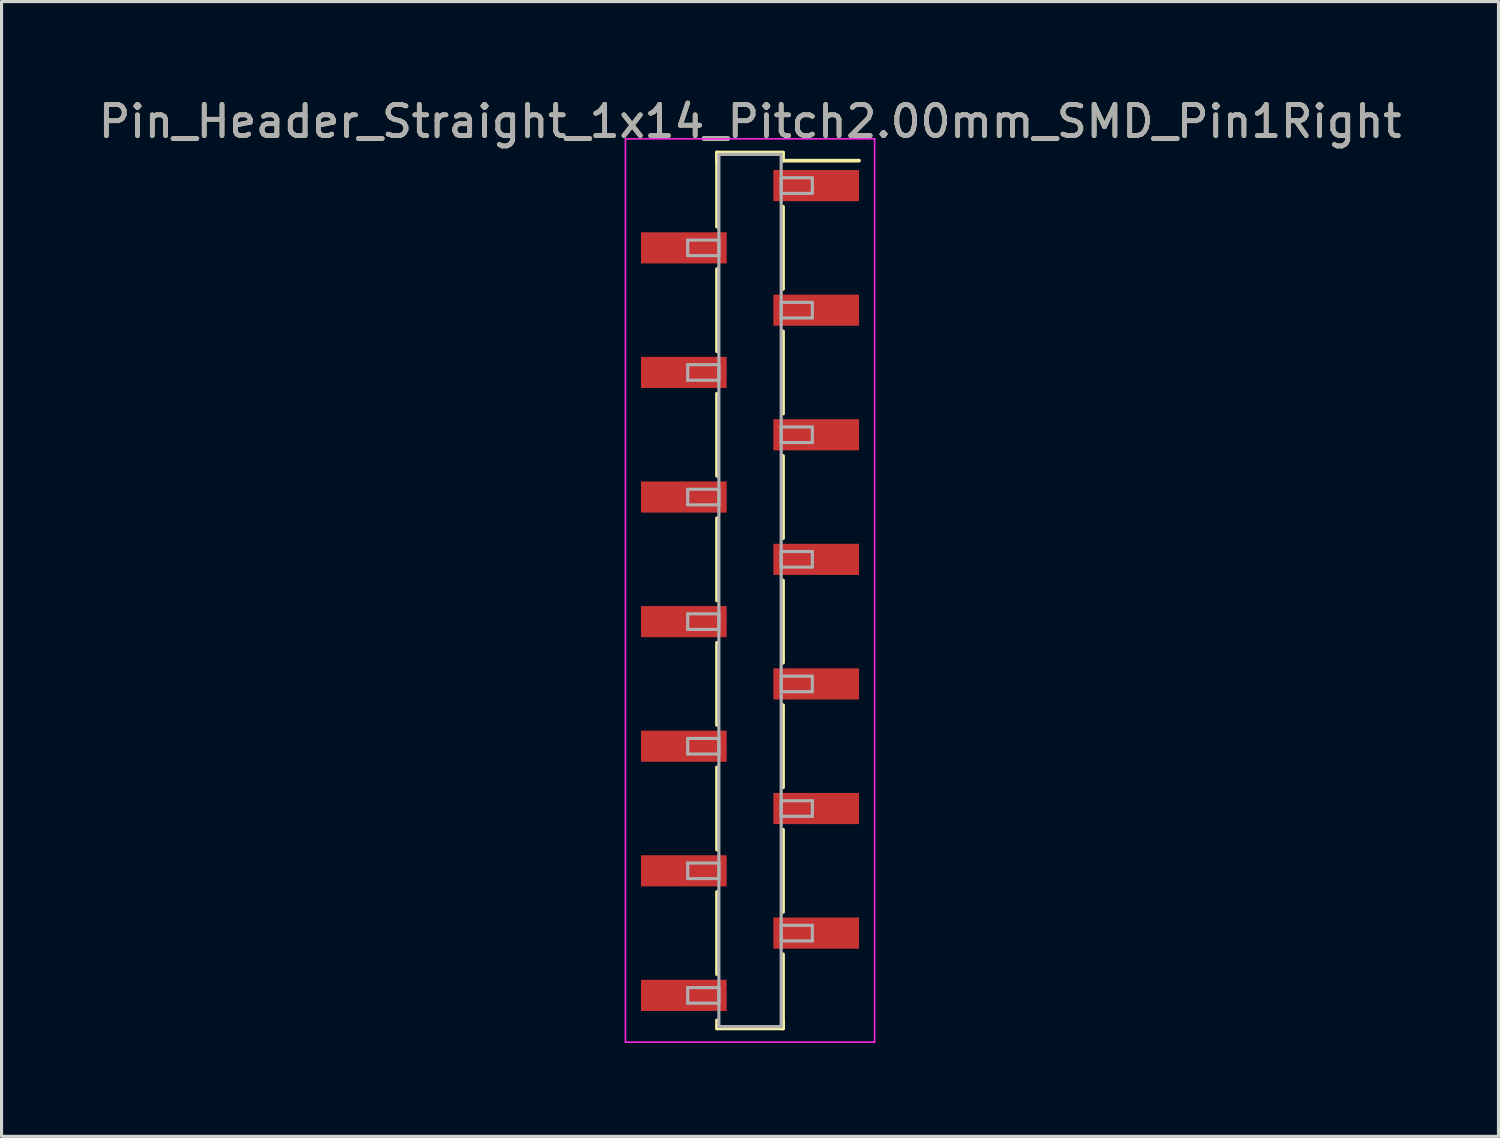
<source format=kicad_pcb>
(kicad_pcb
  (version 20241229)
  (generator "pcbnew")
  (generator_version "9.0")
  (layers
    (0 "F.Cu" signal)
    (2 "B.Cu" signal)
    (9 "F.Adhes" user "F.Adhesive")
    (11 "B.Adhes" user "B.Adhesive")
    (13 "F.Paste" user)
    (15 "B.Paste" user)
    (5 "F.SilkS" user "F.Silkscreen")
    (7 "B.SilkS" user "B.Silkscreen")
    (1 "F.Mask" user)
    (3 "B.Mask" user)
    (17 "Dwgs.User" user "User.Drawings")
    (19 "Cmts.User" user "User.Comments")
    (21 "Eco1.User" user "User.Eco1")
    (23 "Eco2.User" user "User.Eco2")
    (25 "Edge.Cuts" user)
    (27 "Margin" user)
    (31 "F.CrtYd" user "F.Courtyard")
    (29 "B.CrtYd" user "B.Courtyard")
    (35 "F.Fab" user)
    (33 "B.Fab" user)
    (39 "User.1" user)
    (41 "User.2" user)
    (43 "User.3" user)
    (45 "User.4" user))
  (footprint "Pin_Header_Straight_1x14_Pitch2.00mm_SMD_Pin1Right"
    (layer "F.Cu")
    (at 21.03 15.908)
    (property "Reference" "Pin_Header_Straight_1x14_Pitch2.00mm_SMD_Pin1Right" (at 0 -15.06 0) (layer "F.SilkS") (effects (font (size 1 1) (thickness 0.15))))
    (attr smd)
    (fp_line (start -1.06 -14.06) (end -1.06 -11.68) (stroke (width 0.12) (type solid)) (layer "F.SilkS"))
    (fp_line (start -1.06 -14.06) (end 1.06 -14.06) (stroke (width 0.12) (type solid)) (layer "F.SilkS"))
    (fp_line (start -1.06 -13.8) (end -1.06 -14.06) (stroke (width 0.12) (type solid)) (layer "F.SilkS"))
    (fp_line (start -1.06 -10.32) (end -1.06 -7.68) (stroke (width 0.12) (type solid)) (layer "F.SilkS"))
    (fp_line (start -1.06 -6.32) (end -1.06 -3.68) (stroke (width 0.12) (type solid)) (layer "F.SilkS"))
    (fp_line (start -1.06 -2.32) (end -1.06 0.32) (stroke (width 0.12) (type solid)) (layer "F.SilkS"))
    (fp_line (start -1.06 1.68) (end -1.06 4.32) (stroke (width 0.12) (type solid)) (layer "F.SilkS"))
    (fp_line (start -1.06 5.68) (end -1.06 8.32) (stroke (width 0.12) (type solid)) (layer "F.SilkS"))
    (fp_line (start -1.06 9.68) (end -1.06 12.32) (stroke (width 0.12) (type solid)) (layer "F.SilkS"))
    (fp_line (start -1.06 13.8) (end -1.06 14.06) (stroke (width 0.12) (type solid)) (layer "F.SilkS"))
    (fp_line (start -1.06 14.06) (end 1.06 14.06) (stroke (width 0.12) (type solid)) (layer "F.SilkS"))
    (fp_line (start 1.06 -14.06) (end 1.06 -13.8) (stroke (width 0.12) (type solid)) (layer "F.SilkS"))
    (fp_line (start 1.06 -13.8) (end 3.5 -13.8) (stroke (width 0.12) (type solid)) (layer "F.SilkS"))
    (fp_line (start 1.06 -12.32) (end 1.06 -9.68) (stroke (width 0.12) (type solid)) (layer "F.SilkS"))
    (fp_line (start 1.06 -8.32) (end 1.06 -5.68) (stroke (width 0.12) (type solid)) (layer "F.SilkS"))
    (fp_line (start 1.06 -4.32) (end 1.06 -1.68) (stroke (width 0.12) (type solid)) (layer "F.SilkS"))
    (fp_line (start 1.06 -0.32) (end 1.06 2.32) (stroke (width 0.12) (type solid)) (layer "F.SilkS"))
    (fp_line (start 1.06 3.68) (end 1.06 6.32) (stroke (width 0.12) (type solid)) (layer "F.SilkS"))
    (fp_line (start 1.06 7.68) (end 1.06 10.32) (stroke (width 0.12) (type solid)) (layer "F.SilkS"))
    (fp_line (start 1.06 11.68) (end 1.06 14.06) (stroke (width 0.12) (type solid)) (layer "F.SilkS"))
    (fp_line (start 1.06 14.06) (end 1.06 13.8) (stroke (width 0.12) (type solid)) (layer "F.SilkS"))
    (fp_line (start -4 -14.5) (end -4 14.5) (stroke (width 0.05) (type solid)) (layer "F.CrtYd"))
    (fp_line (start -4 14.5) (end 4 14.5) (stroke (width 0.05) (type solid)) (layer "F.CrtYd"))
    (fp_line (start 4 -14.5) (end -4 -14.5) (stroke (width 0.05) (type solid)) (layer "F.CrtYd"))
    (fp_line (start 4 14.5) (end 4 -14.5) (stroke (width 0.05) (type solid)) (layer "F.CrtYd"))
    (fp_line (start -2 -11.25) (end -1 -11.25) (stroke (width 0.1) (type solid)) (layer "F.Fab"))
    (fp_line (start -2 -10.75) (end -2 -11.25) (stroke (width 0.1) (type solid)) (layer "F.Fab"))
    (fp_line (start -2 -7.25) (end -1 -7.25) (stroke (width 0.1) (type solid)) (layer "F.Fab"))
    (fp_line (start -2 -6.75) (end -2 -7.25) (stroke (width 0.1) (type solid)) (layer "F.Fab"))
    (fp_line (start -2 -3.25) (end -1 -3.25) (stroke (width 0.1) (type solid)) (layer "F.Fab"))
    (fp_line (start -2 -2.75) (end -2 -3.25) (stroke (width 0.1) (type solid)) (layer "F.Fab"))
    (fp_line (start -2 0.75) (end -1 0.75) (stroke (width 0.1) (type solid)) (layer "F.Fab"))
    (fp_line (start -2 1.25) (end -2 0.75) (stroke (width 0.1) (type solid)) (layer "F.Fab"))
    (fp_line (start -2 4.75) (end -1 4.75) (stroke (width 0.1) (type solid)) (layer "F.Fab"))
    (fp_line (start -2 5.25) (end -2 4.75) (stroke (width 0.1) (type solid)) (layer "F.Fab"))
    (fp_line (start -2 8.75) (end -1 8.75) (stroke (width 0.1) (type solid)) (layer "F.Fab"))
    (fp_line (start -2 9.25) (end -2 8.75) (stroke (width 0.1) (type solid)) (layer "F.Fab"))
    (fp_line (start -2 12.75) (end -1 12.75) (stroke (width 0.1) (type solid)) (layer "F.Fab"))
    (fp_line (start -2 13.25) (end -2 12.75) (stroke (width 0.1) (type solid)) (layer "F.Fab"))
    (fp_line (start -1 -14) (end -1 14) (stroke (width 0.1) (type solid)) (layer "F.Fab"))
    (fp_line (start -1 -11.25) (end -1 -10.75) (stroke (width 0.1) (type solid)) (layer "F.Fab"))
    (fp_line (start -1 -10.75) (end -2 -10.75) (stroke (width 0.1) (type solid)) (layer "F.Fab"))
    (fp_line (start -1 -7.25) (end -1 -6.75) (stroke (width 0.1) (type solid)) (layer "F.Fab"))
    (fp_line (start -1 -6.75) (end -2 -6.75) (stroke (width 0.1) (type solid)) (layer "F.Fab"))
    (fp_line (start -1 -3.25) (end -1 -2.75) (stroke (width 0.1) (type solid)) (layer "F.Fab"))
    (fp_line (start -1 -2.75) (end -2 -2.75) (stroke (width 0.1) (type solid)) (layer "F.Fab"))
    (fp_line (start -1 0.75) (end -1 1.25) (stroke (width 0.1) (type solid)) (layer "F.Fab"))
    (fp_line (start -1 1.25) (end -2 1.25) (stroke (width 0.1) (type solid)) (layer "F.Fab"))
    (fp_line (start -1 4.75) (end -1 5.25) (stroke (width 0.1) (type solid)) (layer "F.Fab"))
    (fp_line (start -1 5.25) (end -2 5.25) (stroke (width 0.1) (type solid)) (layer "F.Fab"))
    (fp_line (start -1 8.75) (end -1 9.25) (stroke (width 0.1) (type solid)) (layer "F.Fab"))
    (fp_line (start -1 9.25) (end -2 9.25) (stroke (width 0.1) (type solid)) (layer "F.Fab"))
    (fp_line (start -1 12.75) (end -1 13.25) (stroke (width 0.1) (type solid)) (layer "F.Fab"))
    (fp_line (start -1 13.25) (end -2 13.25) (stroke (width 0.1) (type solid)) (layer "F.Fab"))
    (fp_line (start -1 14) (end 1 14) (stroke (width 0.1) (type solid)) (layer "F.Fab"))
    (fp_line (start 1 -14) (end -1 -14) (stroke (width 0.1) (type solid)) (layer "F.Fab"))
    (fp_line (start 1 -13.25) (end 1 -12.75) (stroke (width 0.1) (type solid)) (layer "F.Fab"))
    (fp_line (start 1 -12.75) (end 2 -12.75) (stroke (width 0.1) (type solid)) (layer "F.Fab"))
    (fp_line (start 1 -9.25) (end 1 -8.75) (stroke (width 0.1) (type solid)) (layer "F.Fab"))
    (fp_line (start 1 -8.75) (end 2 -8.75) (stroke (width 0.1) (type solid)) (layer "F.Fab"))
    (fp_line (start 1 -5.25) (end 1 -4.75) (stroke (width 0.1) (type solid)) (layer "F.Fab"))
    (fp_line (start 1 -4.75) (end 2 -4.75) (stroke (width 0.1) (type solid)) (layer "F.Fab"))
    (fp_line (start 1 -1.25) (end 1 -0.75) (stroke (width 0.1) (type solid)) (layer "F.Fab"))
    (fp_line (start 1 -0.75) (end 2 -0.75) (stroke (width 0.1) (type solid)) (layer "F.Fab"))
    (fp_line (start 1 2.75) (end 1 3.25) (stroke (width 0.1) (type solid)) (layer "F.Fab"))
    (fp_line (start 1 3.25) (end 2 3.25) (stroke (width 0.1) (type solid)) (layer "F.Fab"))
    (fp_line (start 1 6.75) (end 1 7.25) (stroke (width 0.1) (type solid)) (layer "F.Fab"))
    (fp_line (start 1 7.25) (end 2 7.25) (stroke (width 0.1) (type solid)) (layer "F.Fab"))
    (fp_line (start 1 10.75) (end 1 11.25) (stroke (width 0.1) (type solid)) (layer "F.Fab"))
    (fp_line (start 1 11.25) (end 2 11.25) (stroke (width 0.1) (type solid)) (layer "F.Fab"))
    (fp_line (start 1 14) (end 1 -14) (stroke (width 0.1) (type solid)) (layer "F.Fab"))
    (fp_line (start 2 -13.25) (end 1 -13.25) (stroke (width 0.1) (type solid)) (layer "F.Fab"))
    (fp_line (start 2 -12.75) (end 2 -13.25) (stroke (width 0.1) (type solid)) (layer "F.Fab"))
    (fp_line (start 2 -9.25) (end 1 -9.25) (stroke (width 0.1) (type solid)) (layer "F.Fab"))
    (fp_line (start 2 -8.75) (end 2 -9.25) (stroke (width 0.1) (type solid)) (layer "F.Fab"))
    (fp_line (start 2 -5.25) (end 1 -5.25) (stroke (width 0.1) (type solid)) (layer "F.Fab"))
    (fp_line (start 2 -4.75) (end 2 -5.25) (stroke (width 0.1) (type solid)) (layer "F.Fab"))
    (fp_line (start 2 -1.25) (end 1 -1.25) (stroke (width 0.1) (type solid)) (layer "F.Fab"))
    (fp_line (start 2 -0.75) (end 2 -1.25) (stroke (width 0.1) (type solid)) (layer "F.Fab"))
    (fp_line (start 2 2.75) (end 1 2.75) (stroke (width 0.1) (type solid)) (layer "F.Fab"))
    (fp_line (start 2 3.25) (end 2 2.75) (stroke (width 0.1) (type solid)) (layer "F.Fab"))
    (fp_line (start 2 6.75) (end 1 6.75) (stroke (width 0.1) (type solid)) (layer "F.Fab"))
    (fp_line (start 2 7.25) (end 2 6.75) (stroke (width 0.1) (type solid)) (layer "F.Fab"))
    (fp_line (start 2 10.75) (end 1 10.75) (stroke (width 0.1) (type solid)) (layer "F.Fab"))
    (fp_line (start 2 11.25) (end 2 10.75) (stroke (width 0.1) (type solid)) (layer "F.Fab"))
    (fp_text user "${REFERENCE}" (at 0 -15.06 0) (layer "F.Fab") (effects (font (size 1 1) (thickness 0.15))))
    (pad "1" smd rect (at 2.125 -13) (size 2.75 1) (layers "F.Cu" "F.Mask" "F.Paste"))
    (pad "2" smd rect (at -2.125 -11) (size 2.75 1) (layers "F.Cu" "F.Mask" "F.Paste"))
    (pad "3" smd rect (at 2.125 -9) (size 2.75 1) (layers "F.Cu" "F.Mask" "F.Paste"))
    (pad "4" smd rect (at -2.125 -7) (size 2.75 1) (layers "F.Cu" "F.Mask" "F.Paste"))
    (pad "5" smd rect (at 2.125 -5) (size 2.75 1) (layers "F.Cu" "F.Mask" "F.Paste"))
    (pad "6" smd rect (at -2.125 -3) (size 2.75 1) (layers "F.Cu" "F.Mask" "F.Paste"))
    (pad "7" smd rect (at 2.125 -1) (size 2.75 1) (layers "F.Cu" "F.Mask" "F.Paste"))
    (pad "8" smd rect (at -2.125 1) (size 2.75 1) (layers "F.Cu" "F.Mask" "F.Paste"))
    (pad "9" smd rect (at 2.125 3) (size 2.75 1) (layers "F.Cu" "F.Mask" "F.Paste"))
    (pad "10" smd rect (at -2.125 5) (size 2.75 1) (layers "F.Cu" "F.Mask" "F.Paste"))
    (pad "11" smd rect (at 2.125 7) (size 2.75 1) (layers "F.Cu" "F.Mask" "F.Paste"))
    (pad "12" smd rect (at -2.125 9) (size 2.75 1) (layers "F.Cu" "F.Mask" "F.Paste"))
    (pad "13" smd rect (at 2.125 11) (size 2.75 1) (layers "F.Cu" "F.Mask" "F.Paste"))
    (pad "14" smd rect (at -2.125 13) (size 2.75 1) (layers "F.Cu" "F.Mask" "F.Paste")))
  (gr_rect
    (start -3 -3)
    (end 45.06 33.433)
    (stroke (width 0.1) (type default))
    (fill no)
    (layer "Edge.Cuts")))
</source>
